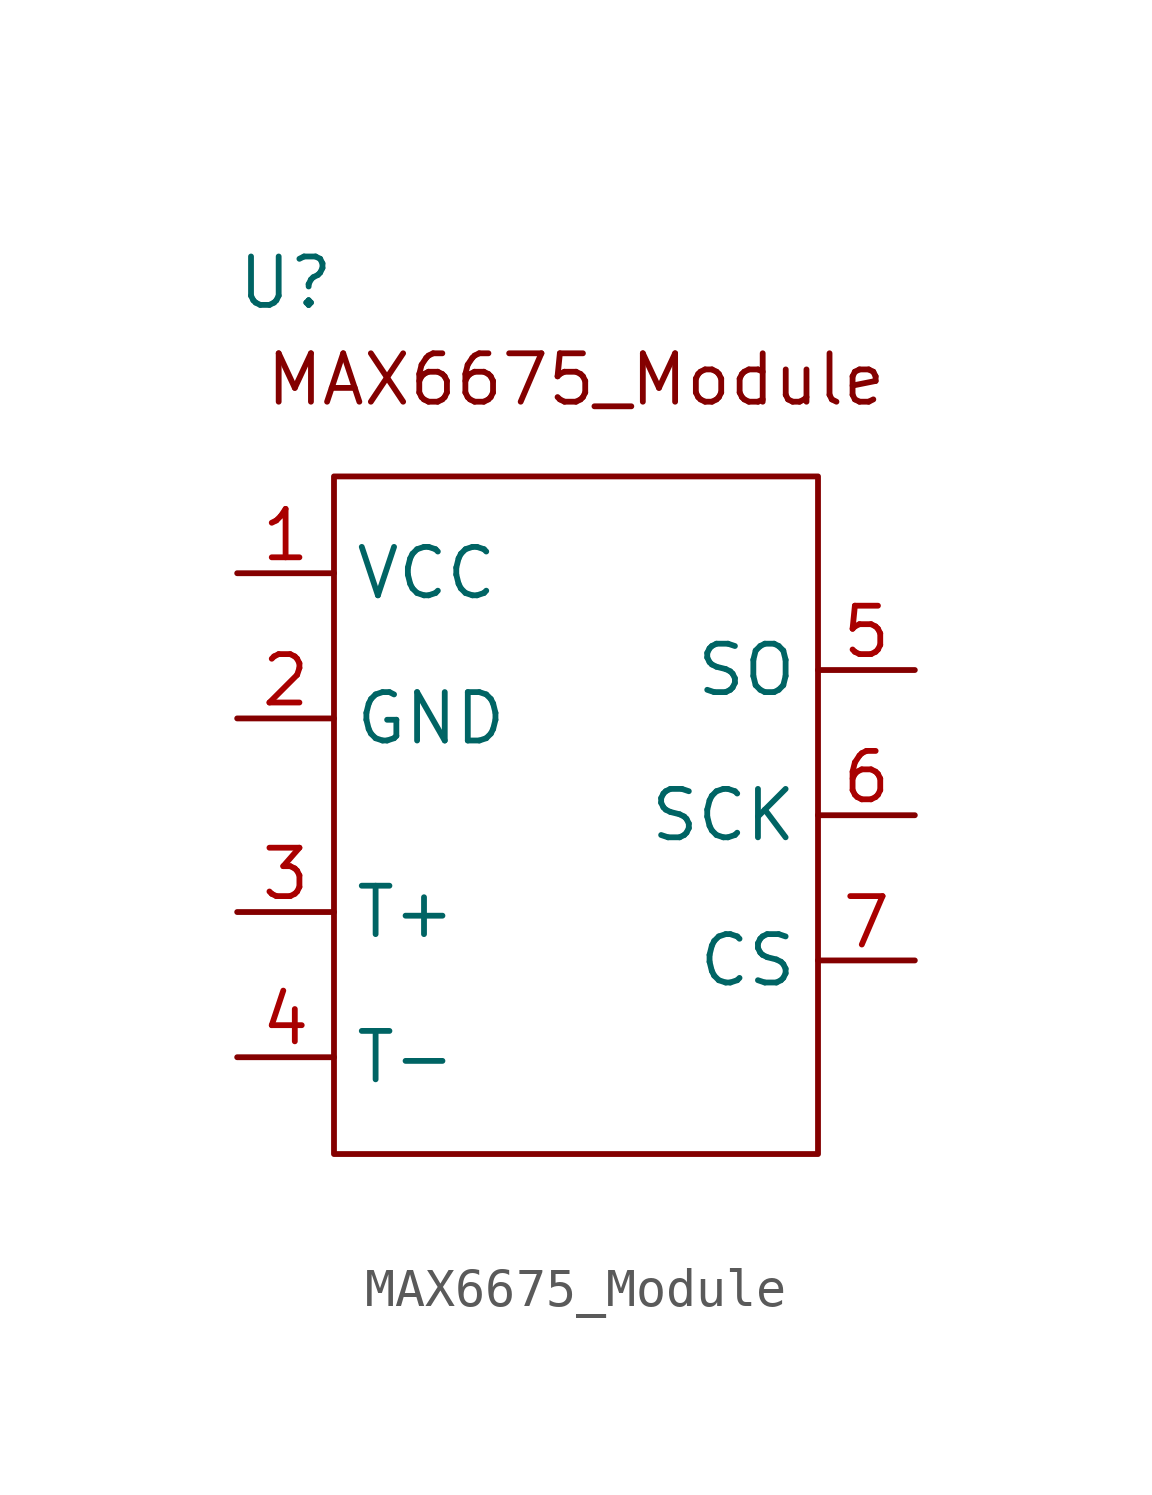
<source format=kicad_sym>
(kicad_symbol_lib
  (version 20241209)
  (generator "kicad_symbol_editor")
  (generator_version "9.0")
  (symbol "MAX6675_Module"
    (property "Reference" "U"
      (at -1.27 22.86 0)
      (effects (font (size 1.27 1.27))))
    (property "Value" ""
      (at 0 0 0)
      (effects (font (size 1.27 1.27))))
    (symbol "MAX6675_Module_0_1"
      (rectangle (start 0 17.78) (end 12.7 0) (stroke (width 0) (type default)) (fill (type none))))
    (symbol "MAX6675_Module_1_0"
      (pin power_in line (at -2.54 15.24 0) (length 2.54) (name "VCC" (effects (font (size 1.27 1.27)))) (number "1" (effects (font (size 1.27 1.27)))))
      (pin power_in line (at -2.54 11.43 0) (length 2.54) (name "GND" (effects (font (size 1.27 1.27)))) (number "2" (effects (font (size 1.27 1.27)))))
      (pin passive line (at -2.54 6.35 0) (length 2.54) (name "T+" (effects (font (size 1.27 1.27)))) (number "3" (effects (font (size 1.27 1.27)))))
      (pin passive line (at -2.54 2.54 0) (length 2.54) (name "T-" (effects (font (size 1.27 1.27)))) (number "4" (effects (font (size 1.27 1.27)))))
      (pin output line (at 15.24 12.7 180) (length 2.54) (name "SO" (effects (font (size 1.27 1.27)))) (number "5" (effects (font (size 1.27 1.27)))))
      (pin input line (at 15.24 8.89 180) (length 2.54) (name "SCK" (effects (font (size 1.27 1.27)))) (number "6" (effects (font (size 1.27 1.27)))))
      (pin input line (at 15.24 5.08 180) (length 2.54) (name "CS" (effects (font (size 1.27 1.27)))) (number "7" (effects (font (size 1.27 1.27))))))
    (symbol "MAX6675_Module_1_1"
      (text "MAX6675_Module" (at 6.35 20.32 0) (effects (font (size 1.27 1.27)))))))
</source>
